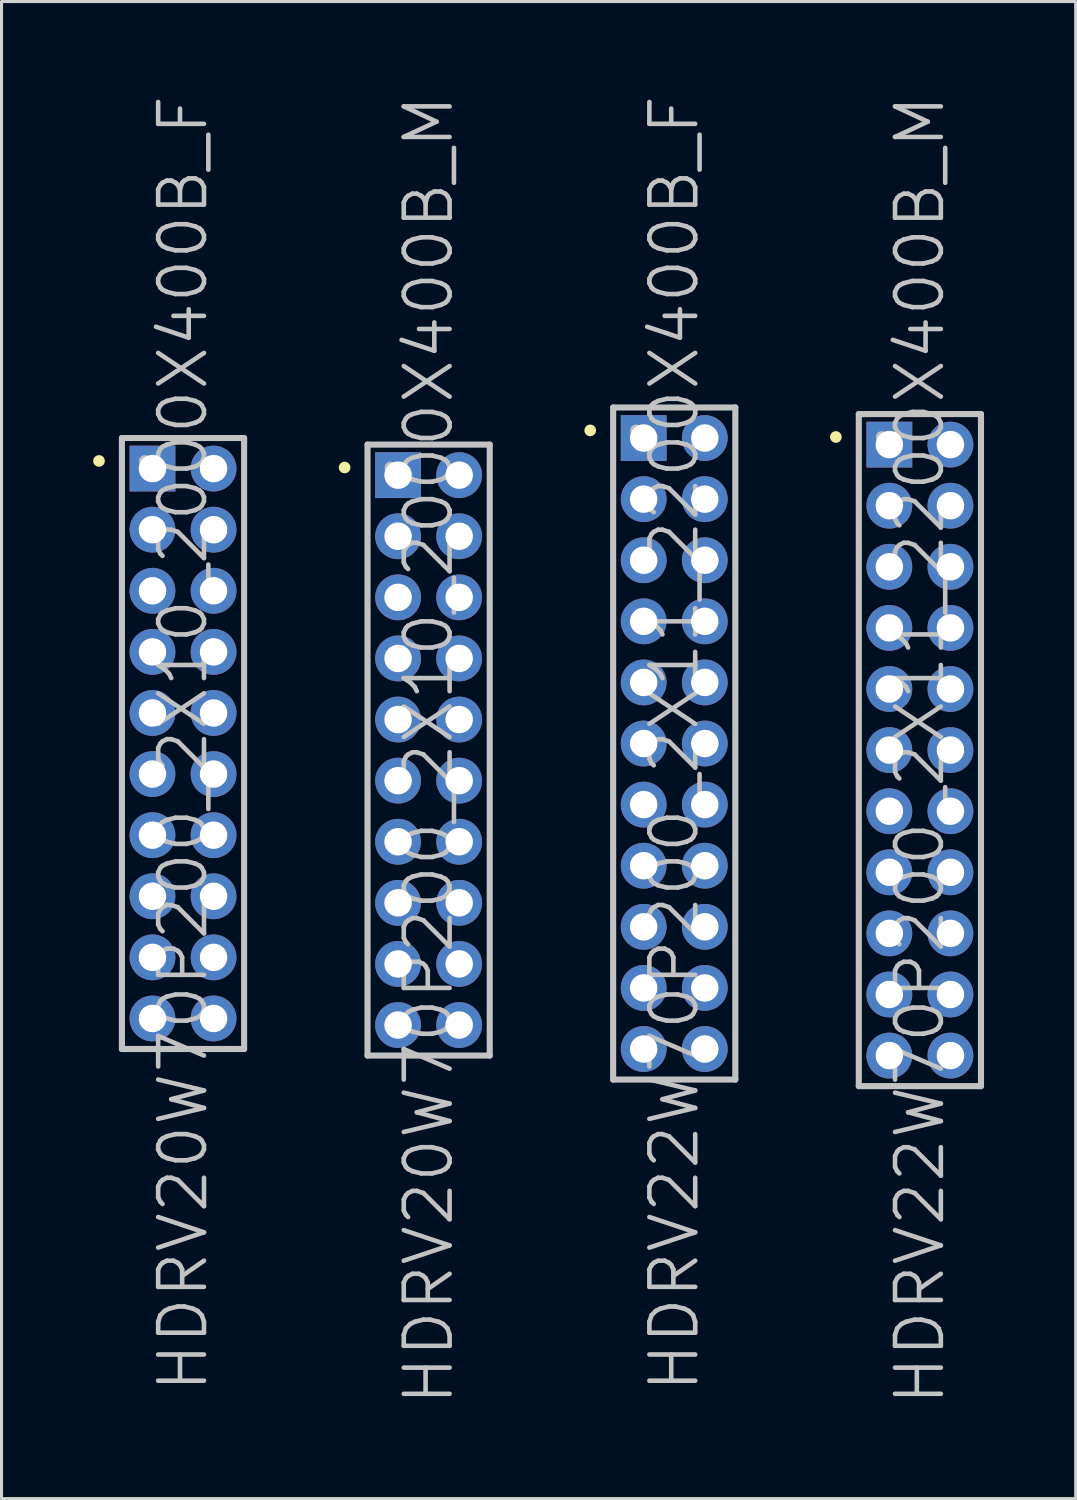
<source format=kicad_pcb>
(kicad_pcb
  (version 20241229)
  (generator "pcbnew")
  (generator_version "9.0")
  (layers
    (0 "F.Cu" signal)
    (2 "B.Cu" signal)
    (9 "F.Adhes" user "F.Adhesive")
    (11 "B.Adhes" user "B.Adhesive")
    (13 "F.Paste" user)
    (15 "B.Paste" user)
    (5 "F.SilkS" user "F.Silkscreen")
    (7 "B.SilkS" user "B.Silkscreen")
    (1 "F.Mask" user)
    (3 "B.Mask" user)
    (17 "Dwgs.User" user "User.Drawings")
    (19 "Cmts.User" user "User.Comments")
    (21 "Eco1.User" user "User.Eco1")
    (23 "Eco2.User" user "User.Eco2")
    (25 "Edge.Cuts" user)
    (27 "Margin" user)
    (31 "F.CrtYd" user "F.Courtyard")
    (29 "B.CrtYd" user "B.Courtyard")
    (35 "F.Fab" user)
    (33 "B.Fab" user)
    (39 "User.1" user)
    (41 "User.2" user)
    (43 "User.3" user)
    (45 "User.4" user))
  (footprint "HDRV22W70P200_2X11_2200X400B_M"
    (layer "F.Cu")
    (at 27.062 21.504)
    (property "Reference" "HDRV22W70P200_2X11_2200X400B_M" (at 0 0 90) (layer "Dwgs.User") (effects (font (size 1.5 1.5) (thickness 0.15))))
    (attr through_hole)
    (fp_line (start -2.75 -10.25) (end -2.75 -10.25) (stroke (width 0.381) (type solid)) (layer "F.SilkS"))
    (fp_line (start -2 -11) (end -2 11) (stroke (width 0.2) (type solid)) (layer "Dwgs.User"))
    (fp_line (start -2 -11) (end 2 -11) (stroke (width 0.2) (type solid)) (layer "Dwgs.User"))
    (fp_line (start -2 11) (end 2 11) (stroke (width 0.2) (type solid)) (layer "Dwgs.User"))
    (fp_line (start -1.25 -10.25) (end -1.25 -10.25) (stroke (width 0.381) (type solid)) (layer "Dwgs.User"))
    (fp_line (start 2 -11) (end 2 11) (stroke (width 0.2) (type solid)) (layer "Dwgs.User"))
    (pad "1" thru_hole rect (at -1 -10) (size 1.5 1.5) (drill 0.9) (layers "*.Cu" "*.Mask"))
    (pad "2" thru_hole circle (at 1 -10 270) (size 1.5 1.5) (drill 0.9) (layers "*.Cu" "*.Mask"))
    (pad "3" thru_hole circle (at -1 -8 270) (size 1.5 1.5) (drill 0.9) (layers "*.Cu" "*.Mask"))
    (pad "4" thru_hole circle (at 1 -8 270) (size 1.5 1.5) (drill 0.9) (layers "*.Cu" "*.Mask"))
    (pad "5" thru_hole circle (at -1 -6 270) (size 1.5 1.5) (drill 0.9) (layers "*.Cu" "*.Mask"))
    (pad "6" thru_hole circle (at 1 -6 270) (size 1.5 1.5) (drill 0.9) (layers "*.Cu" "*.Mask"))
    (pad "7" thru_hole circle (at -1 -4 270) (size 1.5 1.5) (drill 0.9) (layers "*.Cu" "*.Mask"))
    (pad "8" thru_hole circle (at 1 -4 270) (size 1.5 1.5) (drill 0.9) (layers "*.Cu" "*.Mask"))
    (pad "9" thru_hole circle (at -1 -2 270) (size 1.5 1.5) (drill 0.9) (layers "*.Cu" "*.Mask"))
    (pad "10" thru_hole circle (at 1 -2 270) (size 1.5 1.5) (drill 0.9) (layers "*.Cu" "*.Mask"))
    (pad "11" thru_hole circle (at -1 0 270) (size 1.5 1.5) (drill 0.9) (layers "*.Cu" "*.Mask"))
    (pad "12" thru_hole circle (at 1 0 270) (size 1.5 1.5) (drill 0.9) (layers "*.Cu" "*.Mask"))
    (pad "13" thru_hole circle (at -1 2 270) (size 1.5 1.5) (drill 0.9) (layers "*.Cu" "*.Mask"))
    (pad "14" thru_hole circle (at 1 2 270) (size 1.5 1.5) (drill 0.9) (layers "*.Cu" "*.Mask"))
    (pad "15" thru_hole circle (at -1 4 270) (size 1.5 1.5) (drill 0.9) (layers "*.Cu" "*.Mask"))
    (pad "16" thru_hole circle (at 1 4 270) (size 1.5 1.5) (drill 0.9) (layers "*.Cu" "*.Mask"))
    (pad "17" thru_hole circle (at -1 6 270) (size 1.5 1.5) (drill 0.9) (layers "*.Cu" "*.Mask"))
    (pad "18" thru_hole circle (at 1 6 270) (size 1.5 1.5) (drill 0.9) (layers "*.Cu" "*.Mask"))
    (pad "19" thru_hole circle (at -1 8 270) (size 1.5 1.5) (drill 0.9) (layers "*.Cu" "*.Mask"))
    (pad "20" thru_hole circle (at 1 8 270) (size 1.5 1.5) (drill 0.9) (layers "*.Cu" "*.Mask"))
    (pad "21" thru_hole circle (at -1 10 270) (size 1.5 1.5) (drill 0.9) (layers "*.Cu" "*.Mask"))
    (pad "22" thru_hole circle (at 1 10 270) (size 1.5 1.5) (drill 0.9) (layers "*.Cu" "*.Mask")))
  (footprint "HDRV20W70P200_2X10_2000X400B_M"
    (layer "F.Cu")
    (at 10.981 21.504)
    (property "Reference" "HDRV20W70P200_2X10_2000X400B_M" (at 0 0 90) (layer "Dwgs.User") (effects (font (size 1.5 1.5) (thickness 0.15))))
    (attr through_hole)
    (fp_line (start -2.75 -9.25) (end -2.75 -9.25) (stroke (width 0.381) (type solid)) (layer "F.SilkS"))
    (fp_line (start -2 -10) (end -2 10) (stroke (width 0.2) (type solid)) (layer "Dwgs.User"))
    (fp_line (start -2 -10) (end 2 -10) (stroke (width 0.2) (type solid)) (layer "Dwgs.User"))
    (fp_line (start -2 10) (end 2 10) (stroke (width 0.2) (type solid)) (layer "Dwgs.User"))
    (fp_line (start -1.25 -9.25) (end -1.25 -9.25) (stroke (width 0.381) (type solid)) (layer "Dwgs.User"))
    (fp_line (start 2 -10) (end 2 10) (stroke (width 0.2) (type solid)) (layer "Dwgs.User"))
    (pad "1" thru_hole rect (at -1 -9) (size 1.5 1.5) (drill 0.9) (layers "*.Cu" "*.Mask"))
    (pad "2" thru_hole circle (at 1 -9 270) (size 1.5 1.5) (drill 0.9) (layers "*.Cu" "*.Mask"))
    (pad "3" thru_hole circle (at -1 -7 270) (size 1.5 1.5) (drill 0.9) (layers "*.Cu" "*.Mask"))
    (pad "4" thru_hole circle (at 1 -7 270) (size 1.5 1.5) (drill 0.9) (layers "*.Cu" "*.Mask"))
    (pad "5" thru_hole circle (at -1 -5 270) (size 1.5 1.5) (drill 0.9) (layers "*.Cu" "*.Mask"))
    (pad "6" thru_hole circle (at 1 -5 270) (size 1.5 1.5) (drill 0.9) (layers "*.Cu" "*.Mask"))
    (pad "7" thru_hole circle (at -1 -3 270) (size 1.5 1.5) (drill 0.9) (layers "*.Cu" "*.Mask"))
    (pad "8" thru_hole circle (at 1 -3 270) (size 1.5 1.5) (drill 0.9) (layers "*.Cu" "*.Mask"))
    (pad "9" thru_hole circle (at -1 -1 270) (size 1.5 1.5) (drill 0.9) (layers "*.Cu" "*.Mask"))
    (pad "10" thru_hole circle (at 1 -1 270) (size 1.5 1.5) (drill 0.9) (layers "*.Cu" "*.Mask"))
    (pad "11" thru_hole circle (at -1 1 270) (size 1.5 1.5) (drill 0.9) (layers "*.Cu" "*.Mask"))
    (pad "12" thru_hole circle (at 1 1 270) (size 1.5 1.5) (drill 0.9) (layers "*.Cu" "*.Mask"))
    (pad "13" thru_hole circle (at -1 3 270) (size 1.5 1.5) (drill 0.9) (layers "*.Cu" "*.Mask"))
    (pad "14" thru_hole circle (at 1 3 270) (size 1.5 1.5) (drill 0.9) (layers "*.Cu" "*.Mask"))
    (pad "15" thru_hole circle (at -1 5 270) (size 1.5 1.5) (drill 0.9) (layers "*.Cu" "*.Mask"))
    (pad "16" thru_hole circle (at 1 5 270) (size 1.5 1.5) (drill 0.9) (layers "*.Cu" "*.Mask"))
    (pad "17" thru_hole circle (at -1 7 270) (size 1.5 1.5) (drill 0.9) (layers "*.Cu" "*.Mask"))
    (pad "18" thru_hole circle (at 1 7 270) (size 1.5 1.5) (drill 0.9) (layers "*.Cu" "*.Mask"))
    (pad "19" thru_hole circle (at -1 9 270) (size 1.5 1.5) (drill 0.9) (layers "*.Cu" "*.Mask"))
    (pad "20" thru_hole circle (at 1 9 270) (size 1.5 1.5) (drill 0.9) (layers "*.Cu" "*.Mask")))
  (footprint "HDRV22W70P200_2X11_2200X400B_F"
    (layer "F.Cu")
    (at 19.021 21.289)
    (property "Reference" "HDRV22W70P200_2X11_2200X400B_F" (at 0 0 90) (layer "Dwgs.User") (effects (font (size 1.5 1.5) (thickness 0.15))))
    (attr through_hole)
    (fp_line (start -2.75 -10.25) (end -2.75 -10.25) (stroke (width 0.381) (type solid)) (layer "F.SilkS"))
    (fp_line (start -2 -11) (end -2 11) (stroke (width 0.2) (type solid)) (layer "Dwgs.User"))
    (fp_line (start -2 -11) (end 2 -11) (stroke (width 0.2) (type solid)) (layer "Dwgs.User"))
    (fp_line (start -2 11) (end 2 11) (stroke (width 0.2) (type solid)) (layer "Dwgs.User"))
    (fp_line (start -1.25 -10.25) (end -1.25 -10.25) (stroke (width 0.381) (type solid)) (layer "Dwgs.User"))
    (fp_line (start 2 -11) (end 2 11) (stroke (width 0.2) (type solid)) (layer "Dwgs.User"))
    (pad "1" thru_hole rect (at -1 -10) (size 1.5 1.5) (drill 0.9) (layers "*.Cu" "*.Mask"))
    (pad "2" thru_hole circle (at 1 -10 270) (size 1.5 1.5) (drill 0.9) (layers "*.Cu" "*.Mask"))
    (pad "3" thru_hole circle (at -1 -8 270) (size 1.5 1.5) (drill 0.9) (layers "*.Cu" "*.Mask"))
    (pad "4" thru_hole circle (at 1 -8 270) (size 1.5 1.5) (drill 0.9) (layers "*.Cu" "*.Mask"))
    (pad "5" thru_hole circle (at -1 -6 270) (size 1.5 1.5) (drill 0.9) (layers "*.Cu" "*.Mask"))
    (pad "6" thru_hole circle (at 1 -6 270) (size 1.5 1.5) (drill 0.9) (layers "*.Cu" "*.Mask"))
    (pad "7" thru_hole circle (at -1 -4 270) (size 1.5 1.5) (drill 0.9) (layers "*.Cu" "*.Mask"))
    (pad "8" thru_hole circle (at 1 -4 270) (size 1.5 1.5) (drill 0.9) (layers "*.Cu" "*.Mask"))
    (pad "9" thru_hole circle (at -1 -2 270) (size 1.5 1.5) (drill 0.9) (layers "*.Cu" "*.Mask"))
    (pad "10" thru_hole circle (at 1 -2 270) (size 1.5 1.5) (drill 0.9) (layers "*.Cu" "*.Mask"))
    (pad "11" thru_hole circle (at -1 0 270) (size 1.5 1.5) (drill 0.9) (layers "*.Cu" "*.Mask"))
    (pad "12" thru_hole circle (at 1 0 270) (size 1.5 1.5) (drill 0.9) (layers "*.Cu" "*.Mask"))
    (pad "13" thru_hole circle (at -1 2 270) (size 1.5 1.5) (drill 0.9) (layers "*.Cu" "*.Mask"))
    (pad "14" thru_hole circle (at 1 2 270) (size 1.5 1.5) (drill 0.9) (layers "*.Cu" "*.Mask"))
    (pad "15" thru_hole circle (at -1 4 270) (size 1.5 1.5) (drill 0.9) (layers "*.Cu" "*.Mask"))
    (pad "16" thru_hole circle (at 1 4 270) (size 1.5 1.5) (drill 0.9) (layers "*.Cu" "*.Mask"))
    (pad "17" thru_hole circle (at -1 6 270) (size 1.5 1.5) (drill 0.9) (layers "*.Cu" "*.Mask"))
    (pad "18" thru_hole circle (at 1 6 270) (size 1.5 1.5) (drill 0.9) (layers "*.Cu" "*.Mask"))
    (pad "19" thru_hole circle (at -1 8 270) (size 1.5 1.5) (drill 0.9) (layers "*.Cu" "*.Mask"))
    (pad "20" thru_hole circle (at 1 8 270) (size 1.5 1.5) (drill 0.9) (layers "*.Cu" "*.Mask"))
    (pad "21" thru_hole circle (at -1 10 270) (size 1.5 1.5) (drill 0.9) (layers "*.Cu" "*.Mask"))
    (pad "22" thru_hole circle (at 1 10 270) (size 1.5 1.5) (drill 0.9) (layers "*.Cu" "*.Mask")))
  (footprint "HDRV20W70P200_2X10_2000X400B_F"
    (layer "F.Cu")
    (at 2.941 21.289)
    (property "Reference" "HDRV20W70P200_2X10_2000X400B_F" (at 0 0 90) (layer "Dwgs.User") (effects (font (size 1.5 1.5) (thickness 0.15))))
    (attr through_hole)
    (fp_line (start -2.75 -9.25) (end -2.75 -9.25) (stroke (width 0.381) (type solid)) (layer "F.SilkS"))
    (fp_line (start -2 -10) (end -2 10) (stroke (width 0.2) (type solid)) (layer "Dwgs.User"))
    (fp_line (start -2 -10) (end 2 -10) (stroke (width 0.2) (type solid)) (layer "Dwgs.User"))
    (fp_line (start -2 10) (end 2 10) (stroke (width 0.2) (type solid)) (layer "Dwgs.User"))
    (fp_line (start -1.25 -9.25) (end -1.25 -9.25) (stroke (width 0.381) (type solid)) (layer "Dwgs.User"))
    (fp_line (start 2 -10) (end 2 10) (stroke (width 0.2) (type solid)) (layer "Dwgs.User"))
    (pad "1" thru_hole rect (at -1 -9) (size 1.5 1.5) (drill 0.9) (layers "*.Cu" "*.Mask"))
    (pad "2" thru_hole circle (at 1 -9 270) (size 1.5 1.5) (drill 0.9) (layers "*.Cu" "*.Mask"))
    (pad "3" thru_hole circle (at -1 -7 270) (size 1.5 1.5) (drill 0.9) (layers "*.Cu" "*.Mask"))
    (pad "4" thru_hole circle (at 1 -7 270) (size 1.5 1.5) (drill 0.9) (layers "*.Cu" "*.Mask"))
    (pad "5" thru_hole circle (at -1 -5 270) (size 1.5 1.5) (drill 0.9) (layers "*.Cu" "*.Mask"))
    (pad "6" thru_hole circle (at 1 -5 270) (size 1.5 1.5) (drill 0.9) (layers "*.Cu" "*.Mask"))
    (pad "7" thru_hole circle (at -1 -3 270) (size 1.5 1.5) (drill 0.9) (layers "*.Cu" "*.Mask"))
    (pad "8" thru_hole circle (at 1 -3 270) (size 1.5 1.5) (drill 0.9) (layers "*.Cu" "*.Mask"))
    (pad "9" thru_hole circle (at -1 -1 270) (size 1.5 1.5) (drill 0.9) (layers "*.Cu" "*.Mask"))
    (pad "10" thru_hole circle (at 1 -1 270) (size 1.5 1.5) (drill 0.9) (layers "*.Cu" "*.Mask"))
    (pad "11" thru_hole circle (at -1 1 270) (size 1.5 1.5) (drill 0.9) (layers "*.Cu" "*.Mask"))
    (pad "12" thru_hole circle (at 1 1 270) (size 1.5 1.5) (drill 0.9) (layers "*.Cu" "*.Mask"))
    (pad "13" thru_hole circle (at -1 3 270) (size 1.5 1.5) (drill 0.9) (layers "*.Cu" "*.Mask"))
    (pad "14" thru_hole circle (at 1 3 270) (size 1.5 1.5) (drill 0.9) (layers "*.Cu" "*.Mask"))
    (pad "15" thru_hole circle (at -1 5 270) (size 1.5 1.5) (drill 0.9) (layers "*.Cu" "*.Mask"))
    (pad "16" thru_hole circle (at 1 5 270) (size 1.5 1.5) (drill 0.9) (layers "*.Cu" "*.Mask"))
    (pad "17" thru_hole circle (at -1 7 270) (size 1.5 1.5) (drill 0.9) (layers "*.Cu" "*.Mask"))
    (pad "18" thru_hole circle (at 1 7 270) (size 1.5 1.5) (drill 0.9) (layers "*.Cu" "*.Mask"))
    (pad "19" thru_hole circle (at -1 9 270) (size 1.5 1.5) (drill 0.9) (layers "*.Cu" "*.Mask"))
    (pad "20" thru_hole circle (at 1 9 270) (size 1.5 1.5) (drill 0.9) (layers "*.Cu" "*.Mask")))
  (gr_rect
    (start -3 -3)
    (end 32.162 46.007)
    (stroke (width 0.1) (type default))
    (fill no)
    (layer "Edge.Cuts")))
</source>
